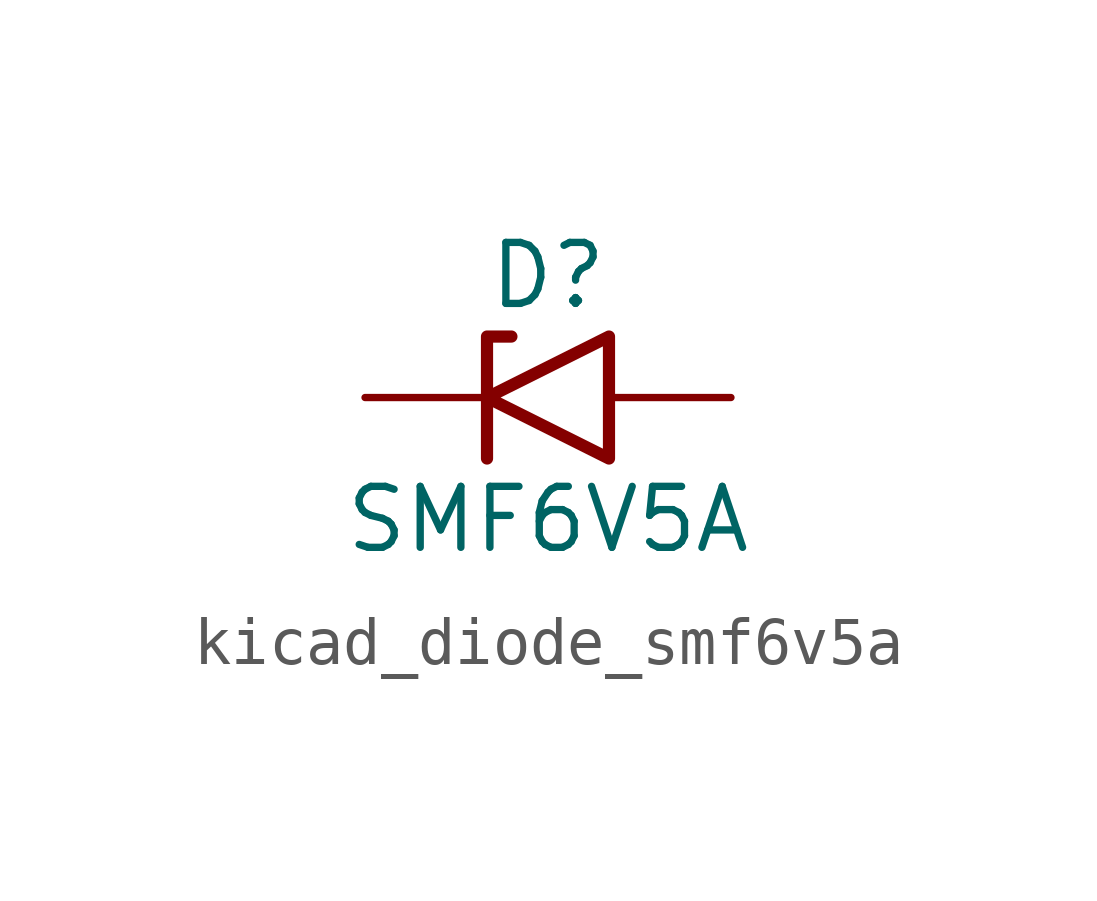
<source format=kicad_sym>
(kicad_symbol_lib
  (version 20220914)
  (generator kicad_symbol_editor)
  (symbol "kicad_diode_smf6v5a"
    (pin_numbers hide)
    (pin_names
      (offset 1.016) hide)
    (property "Reference" "D"
      (at 0 2.54 0)
      (effects (font (size 1.27 1.27))))
    (property "Value" "SMF6V5A"
      (at 0 -2.54 0)
      (effects (font (size 1.27 1.27))))
    (symbol "kicad_diode_smf6v5a_0_1"
      (polyline (pts (xy -0.762 1.27) (xy -1.27 1.27) (xy -1.27 -1.27)) (stroke (width 0.254) (type default)) (fill (type none)))
      (polyline (pts (xy 1.27 1.27) (xy 1.27 -1.27) (xy -1.27 0) (xy 1.27 1.27)) (stroke (width 0.254) (type default)) (fill (type none))))
    (symbol "kicad_diode_smf6v5a_1_1"
      (pin passive line (at -3.81 0 0) (length 2.54) (name "A1" (effects (font (size 1.27 1.27)))) (number "1" (effects (font (size 1.27 1.27)))))
      (pin passive line (at 3.81 0 180) (length 2.54) (name "A2" (effects (font (size 1.27 1.27)))) (number "2" (effects (font (size 1.27 1.27))))))))
</source>
